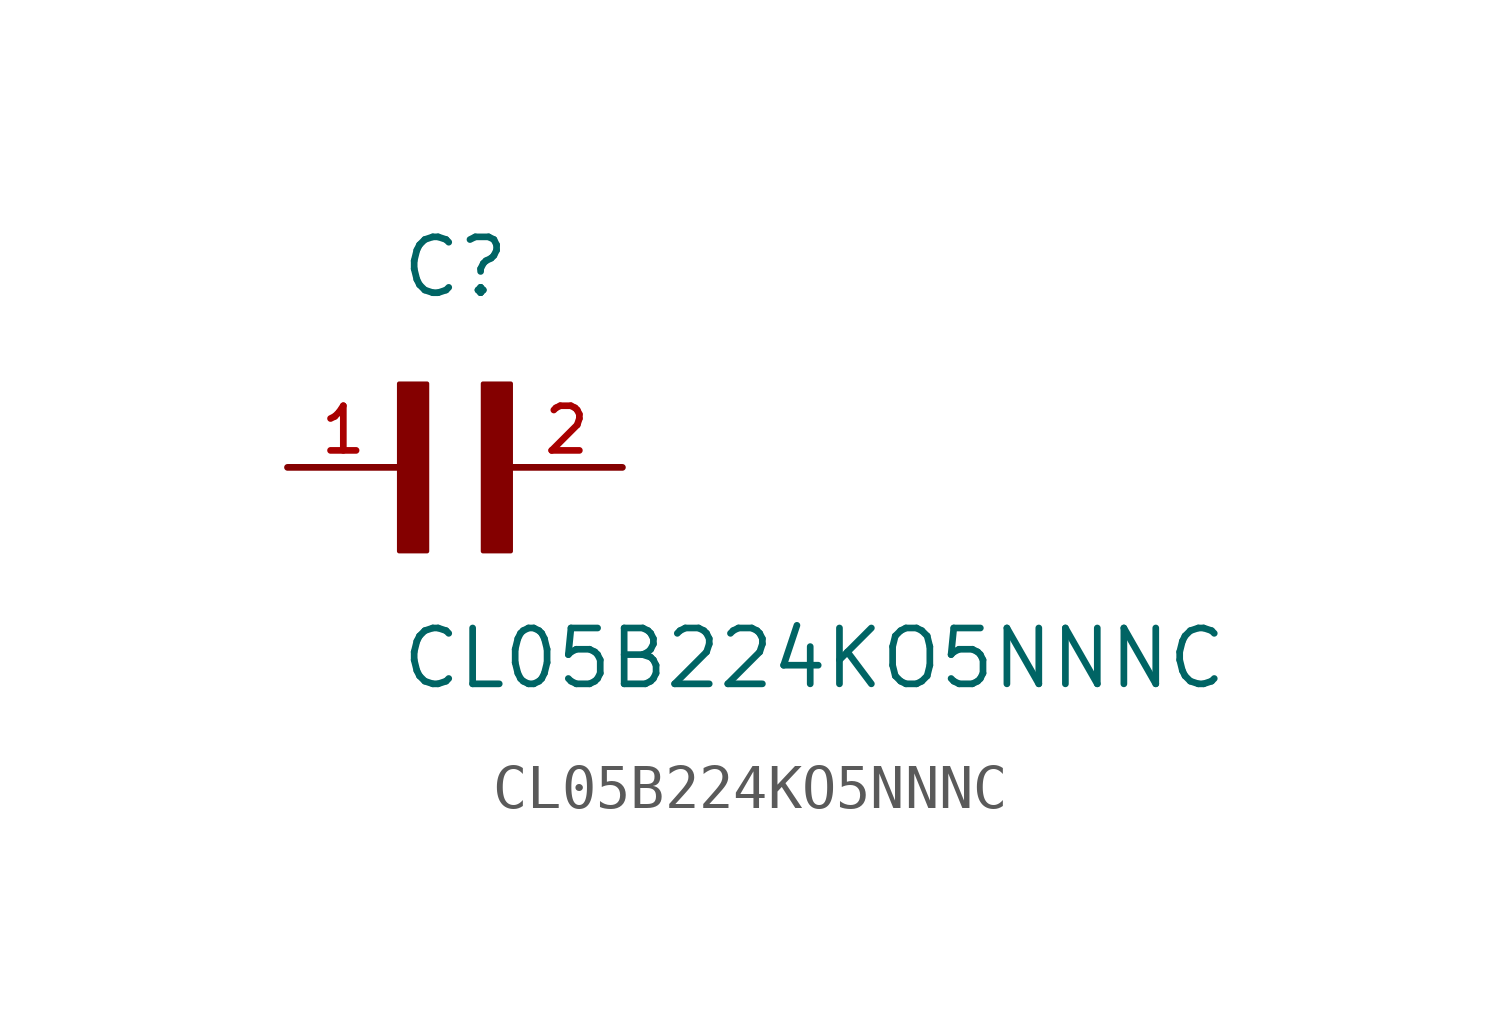
<source format=kicad_sym>
(kicad_symbol_lib
  (version 20211014)
  (generator kicad_symbol_editor)
  (symbol "CL05B224KO5NNNC"
    (pin_names
      (offset 1.016))
    (property "Reference" "C"
      (at 0.0 3.811 0)
      (effects (font (size 1.27 1.27)) (justify bottom left)))
    (property "Value" "CL05B224KO5NNNC"
      (at 0.0 -5.088 0)
      (effects (font (size 1.27 1.27)) (justify bottom left)))
    (symbol "CL05B224KO5NNNC_0_0"
      (rectangle (start 0.0 -1.907) (end 0.635 1.905) (stroke (width 0.1)) (fill (type outline)))
      (rectangle (start 1.907 -1.907) (end 2.54 1.905) (stroke (width 0.1)) (fill (type outline)))
      (pin passive line (at -2.54 0.0 0) (length 2.54) (name "~" (effects (font (size 1.016 1.016)))) (number "1" (effects (font (size 1.016 1.016)))))
      (pin passive line (at 5.08 0.0 180.0) (length 2.54) (name "~" (effects (font (size 1.016 1.016)))) (number "2" (effects (font (size 1.016 1.016))))))))
</source>
